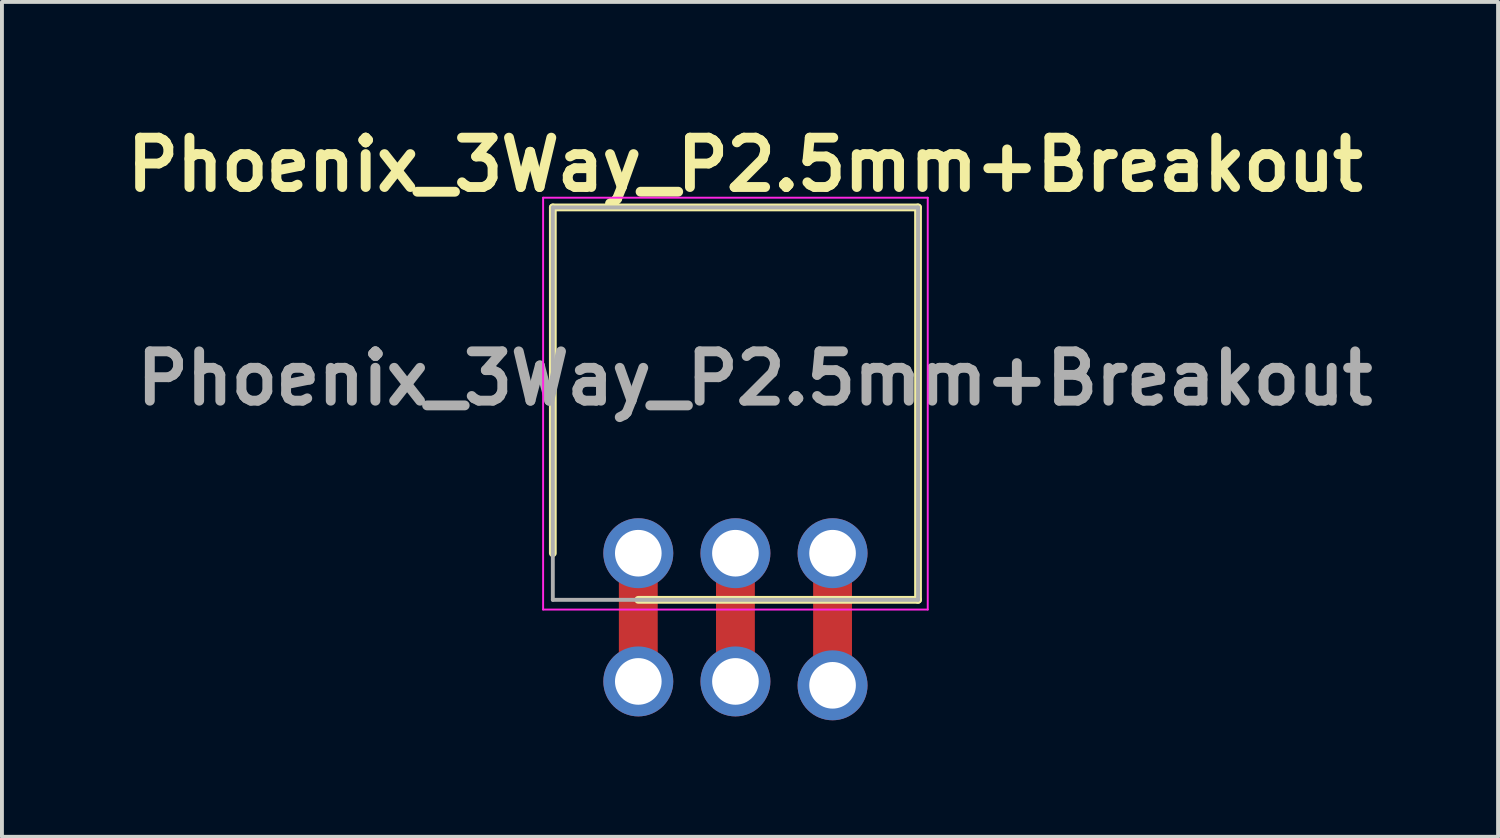
<source format=kicad_pcb>
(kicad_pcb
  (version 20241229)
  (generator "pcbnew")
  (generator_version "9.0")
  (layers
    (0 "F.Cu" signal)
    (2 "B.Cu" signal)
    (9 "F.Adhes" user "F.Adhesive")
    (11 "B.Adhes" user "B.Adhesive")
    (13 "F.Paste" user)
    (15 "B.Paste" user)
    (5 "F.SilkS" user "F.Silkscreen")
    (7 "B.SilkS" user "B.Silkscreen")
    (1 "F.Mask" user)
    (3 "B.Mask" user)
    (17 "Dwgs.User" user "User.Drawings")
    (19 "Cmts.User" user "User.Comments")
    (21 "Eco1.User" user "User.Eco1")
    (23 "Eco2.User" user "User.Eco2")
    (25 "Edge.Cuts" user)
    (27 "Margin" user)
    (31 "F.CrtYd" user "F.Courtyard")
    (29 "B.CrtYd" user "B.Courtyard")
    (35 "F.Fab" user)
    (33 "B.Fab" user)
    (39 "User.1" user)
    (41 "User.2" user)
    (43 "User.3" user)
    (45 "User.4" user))
  (footprint "Phoenix_3Way_P2.5mm+Breakout"
    (layer "F.Cu")
    (at 13.379 11.189)
    (property "Reference" "Phoenix_3Way_P2.5mm+Breakout" (at 2.75 -10 0) (layer "F.SilkS") (effects (font (size 1.27 1.27) (thickness 0.254))))
    (attr through_hole)
    (fp_line (start 0 0) (end 0 3.3) (stroke (width 1) (type solid)) (layer "F.Cu"))
    (fp_line (start 2.5 0) (end 2.5 3.3) (stroke (width 1) (type solid)) (layer "F.Cu"))
    (fp_line (start 5 0) (end 5 3.4) (stroke (width 1) (type solid)) (layer "F.Cu"))
    (fp_line (start -2.2 -8.9) (end -2.2 0) (stroke (width 0.2) (type solid)) (layer "F.SilkS"))
    (fp_line (start 0 1.2) (end 7.2 1.2) (stroke (width 0.2) (type solid)) (layer "F.SilkS"))
    (fp_line (start 7.2 -8.9) (end -2.2 -8.9) (stroke (width 0.2) (type solid)) (layer "F.SilkS"))
    (fp_line (start 7.2 1.2) (end 7.2 -8.9) (stroke (width 0.2) (type solid)) (layer "F.SilkS"))
    (fp_line (start -2.45 -9.15) (end 7.45 -9.15) (stroke (width 0.05) (type solid)) (layer "F.CrtYd"))
    (fp_line (start -2.45 1.45) (end -2.45 -9.15) (stroke (width 0.05) (type solid)) (layer "F.CrtYd"))
    (fp_line (start 7.45 -9.15) (end 7.45 1.45) (stroke (width 0.05) (type solid)) (layer "F.CrtYd"))
    (fp_line (start 7.45 1.45) (end -2.45 1.45) (stroke (width 0.05) (type solid)) (layer "F.CrtYd"))
    (fp_line (start -2.2 -8.9) (end 7.2 -8.9) (stroke (width 0.1) (type solid)) (layer "F.Fab"))
    (fp_line (start -2.2 1.2) (end -2.2 -8.9) (stroke (width 0.1) (type solid)) (layer "F.Fab"))
    (fp_line (start 7.2 -8.9) (end 7.2 1.2) (stroke (width 0.1) (type solid)) (layer "F.Fab"))
    (fp_line (start 7.2 1.2) (end -2.2 1.2) (stroke (width 0.1) (type solid)) (layer "F.Fab"))
    (fp_text user "${REFERENCE}" (at 3 -4.5 0) (layer "F.Fab") (effects (font (size 1.27 1.27) (thickness 0.254))))
    (pad "1" thru_hole circle (at 0 0) (size 1.8 1.8) (drill 1.2) (layers "*.Cu" "*.Mask"))
    (pad "1" thru_hole circle (at 0 3.3) (size 1.8 1.8) (drill 1.2) (layers "*.Cu" "*.Mask"))
    (pad "2" thru_hole circle (at 2.5 0) (size 1.8 1.8) (drill 1.2) (layers "*.Cu" "*.Mask"))
    (pad "2" thru_hole circle (at 2.5 3.3) (size 1.8 1.8) (drill 1.2) (layers "*.Cu" "*.Mask"))
    (pad "3" thru_hole circle (at 5 0) (size 1.8 1.8) (drill 1.2) (layers "*.Cu" "*.Mask"))
    (pad "3" thru_hole circle (at 5 3.4) (size 1.8 1.8) (drill 1.2) (layers "*.Cu" "*.Mask")))
  (gr_rect
    (start -3 -3)
    (end 35.508 18.489)
    (stroke (width 0.1) (type default))
    (fill no)
    (layer "Edge.Cuts")))
</source>
